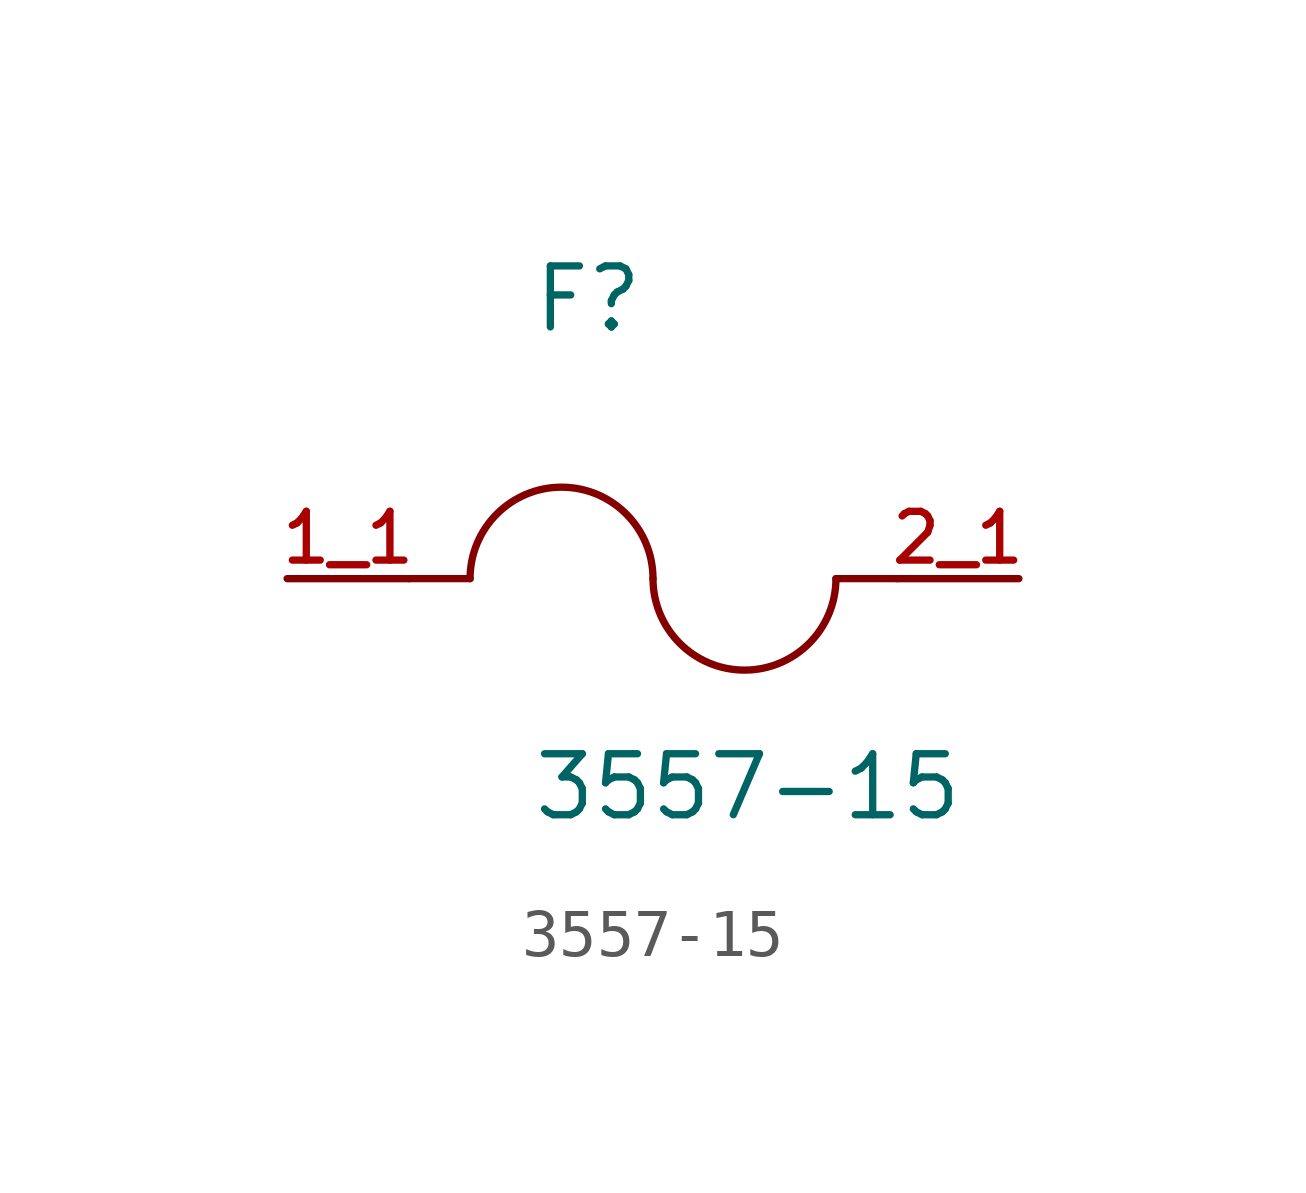
<source format=kicad_sym>
(kicad_symbol_lib
  (version 20211014)
  (generator kicad_symbol_editor)
  (symbol "3557-15"
    (pin_names
      (offset 1.016))
    (property "Reference" "F"
      (at -2.54 5.08 0)
      (effects (font (size 1.27 1.27)) (justify bottom left)))
    (property "Value" "3557-15"
      (at -2.54 -5.08 0)
      (effects (font (size 1.27 1.27)) (justify bottom left)))
    (symbol "3557-15_0_0"
      (arc (start 0.0 0.0) (mid -1.905 1.905) (end -3.81 0.0) (stroke (width 0.1524) (type default) (color 0 0 0 0)) (fill (type none)))
      (arc (start 3.81 0.0) (mid 1.905 -1.905) (end 0.0 0.0) (stroke (width 0.1524) (type default) (color 0 0 0 0)) (fill (type none)))
      (polyline (pts (xy 5.08 0.0) (xy 3.81 0.0)) (stroke (width 0.152)))
      (polyline (pts (xy -5.08 0.0) (xy -3.81 0.0)) (stroke (width 0.152)))
      (pin passive line (at -7.62 0.0 0) (length 2.54) (name "~" (effects (font (size 1.016 1.016)))) (number "1_1" (effects (font (size 1.016 1.016)))))
      (pin passive line (at 7.62 0.0 180.0) (length 2.54) (name "~" (effects (font (size 1.016 1.016)))) (number "2_1" (effects (font (size 1.016 1.016))))))))
</source>
